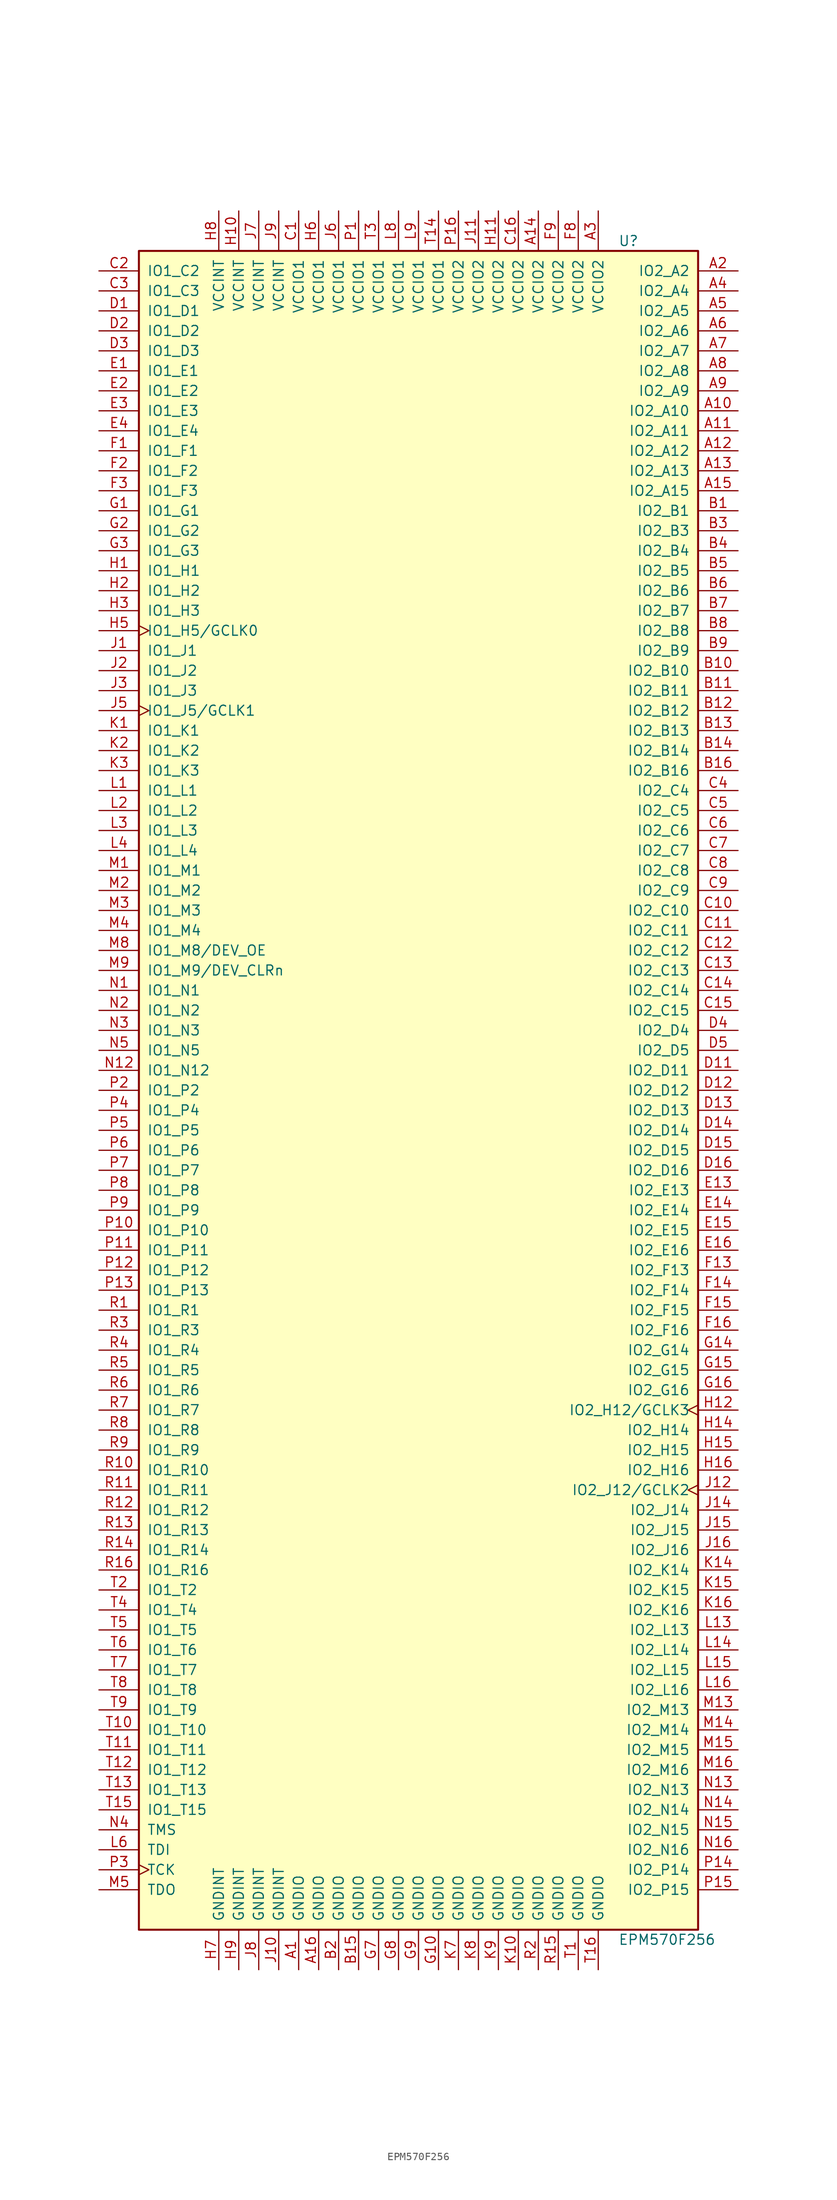
<source format=kicad_sym>
(kicad_symbol_lib
  (version 20241209)
  (generator "kicad_symbol_editor")
  (generator_version "9.0")
  (symbol "EPM570F256"
    (pin_names
      (offset 1.016))
    (property "Reference" "U"
      (at 25.4 107.95 0)
      (effects (font (size 1.27 1.27)) (justify left)))
    (property "Value" "EPM570F256"
      (at 25.4 -107.95 0)
      (effects (font (size 1.27 1.27)) (justify left)))
    (property "ki_locked" ""
      (at 0 0 0)
      (effects (font (size 1.27 1.27))))
    (symbol "EPM570F256_1_1"
      (rectangle (start -35.56 106.68) (end 35.56 -106.68) (stroke (width 0.254) (type default)) (fill (type background)))
      (pin bidirectional line (at -40.64 104.14 0) (length 5.08) (name "IO1_C2" (effects (font (size 1.27 1.27)))) (number "C2" (effects (font (size 1.27 1.27)))))
      (pin bidirectional line (at -40.64 101.6 0) (length 5.08) (name "IO1_C3" (effects (font (size 1.27 1.27)))) (number "C3" (effects (font (size 1.27 1.27)))))
      (pin bidirectional line (at -40.64 99.06 0) (length 5.08) (name "IO1_D1" (effects (font (size 1.27 1.27)))) (number "D1" (effects (font (size 1.27 1.27)))))
      (pin bidirectional line (at -40.64 96.52 0) (length 5.08) (name "IO1_D2" (effects (font (size 1.27 1.27)))) (number "D2" (effects (font (size 1.27 1.27)))))
      (pin bidirectional line (at -40.64 93.98 0) (length 5.08) (name "IO1_D3" (effects (font (size 1.27 1.27)))) (number "D3" (effects (font (size 1.27 1.27)))))
      (pin bidirectional line (at -40.64 91.44 0) (length 5.08) (name "IO1_E1" (effects (font (size 1.27 1.27)))) (number "E1" (effects (font (size 1.27 1.27)))))
      (pin bidirectional line (at -40.64 88.9 0) (length 5.08) (name "IO1_E2" (effects (font (size 1.27 1.27)))) (number "E2" (effects (font (size 1.27 1.27)))))
      (pin bidirectional line (at -40.64 86.36 0) (length 5.08) (name "IO1_E3" (effects (font (size 1.27 1.27)))) (number "E3" (effects (font (size 1.27 1.27)))))
      (pin bidirectional line (at -40.64 83.82 0) (length 5.08) (name "IO1_E4" (effects (font (size 1.27 1.27)))) (number "E4" (effects (font (size 1.27 1.27)))))
      (pin bidirectional line (at -40.64 81.28 0) (length 5.08) (name "IO1_F1" (effects (font (size 1.27 1.27)))) (number "F1" (effects (font (size 1.27 1.27)))))
      (pin bidirectional line (at -40.64 78.74 0) (length 5.08) (name "IO1_F2" (effects (font (size 1.27 1.27)))) (number "F2" (effects (font (size 1.27 1.27)))))
      (pin bidirectional line (at -40.64 76.2 0) (length 5.08) (name "IO1_F3" (effects (font (size 1.27 1.27)))) (number "F3" (effects (font (size 1.27 1.27)))))
      (pin bidirectional line (at -40.64 73.66 0) (length 5.08) (name "IO1_G1" (effects (font (size 1.27 1.27)))) (number "G1" (effects (font (size 1.27 1.27)))))
      (pin bidirectional line (at -40.64 71.12 0) (length 5.08) (name "IO1_G2" (effects (font (size 1.27 1.27)))) (number "G2" (effects (font (size 1.27 1.27)))))
      (pin bidirectional line (at -40.64 68.58 0) (length 5.08) (name "IO1_G3" (effects (font (size 1.27 1.27)))) (number "G3" (effects (font (size 1.27 1.27)))))
      (pin bidirectional line (at -40.64 66.04 0) (length 5.08) (name "IO1_H1" (effects (font (size 1.27 1.27)))) (number "H1" (effects (font (size 1.27 1.27)))))
      (pin bidirectional line (at -40.64 63.5 0) (length 5.08) (name "IO1_H2" (effects (font (size 1.27 1.27)))) (number "H2" (effects (font (size 1.27 1.27)))))
      (pin bidirectional line (at -40.64 60.96 0) (length 5.08) (name "IO1_H3" (effects (font (size 1.27 1.27)))) (number "H3" (effects (font (size 1.27 1.27)))))
      (pin bidirectional clock (at -40.64 58.42 0) (length 5.08) (name "IO1_H5/GCLK0" (effects (font (size 1.27 1.27)))) (number "H5" (effects (font (size 1.27 1.27)))))
      (pin bidirectional line (at -40.64 55.88 0) (length 5.08) (name "IO1_J1" (effects (font (size 1.27 1.27)))) (number "J1" (effects (font (size 1.27 1.27)))))
      (pin bidirectional line (at -40.64 53.34 0) (length 5.08) (name "IO1_J2" (effects (font (size 1.27 1.27)))) (number "J2" (effects (font (size 1.27 1.27)))))
      (pin bidirectional line (at -40.64 50.8 0) (length 5.08) (name "IO1_J3" (effects (font (size 1.27 1.27)))) (number "J3" (effects (font (size 1.27 1.27)))))
      (pin bidirectional clock (at -40.64 48.26 0) (length 5.08) (name "IO1_J5/GCLK1" (effects (font (size 1.27 1.27)))) (number "J5" (effects (font (size 1.27 1.27)))))
      (pin bidirectional line (at -40.64 45.72 0) (length 5.08) (name "IO1_K1" (effects (font (size 1.27 1.27)))) (number "K1" (effects (font (size 1.27 1.27)))))
      (pin bidirectional line (at -40.64 43.18 0) (length 5.08) (name "IO1_K2" (effects (font (size 1.27 1.27)))) (number "K2" (effects (font (size 1.27 1.27)))))
      (pin bidirectional line (at -40.64 40.64 0) (length 5.08) (name "IO1_K3" (effects (font (size 1.27 1.27)))) (number "K3" (effects (font (size 1.27 1.27)))))
      (pin bidirectional line (at -40.64 38.1 0) (length 5.08) (name "IO1_L1" (effects (font (size 1.27 1.27)))) (number "L1" (effects (font (size 1.27 1.27)))))
      (pin bidirectional line (at -40.64 35.56 0) (length 5.08) (name "IO1_L2" (effects (font (size 1.27 1.27)))) (number "L2" (effects (font (size 1.27 1.27)))))
      (pin bidirectional line (at -40.64 33.02 0) (length 5.08) (name "IO1_L3" (effects (font (size 1.27 1.27)))) (number "L3" (effects (font (size 1.27 1.27)))))
      (pin bidirectional line (at -40.64 30.48 0) (length 5.08) (name "IO1_L4" (effects (font (size 1.27 1.27)))) (number "L4" (effects (font (size 1.27 1.27)))))
      (pin bidirectional line (at -40.64 27.94 0) (length 5.08) (name "IO1_M1" (effects (font (size 1.27 1.27)))) (number "M1" (effects (font (size 1.27 1.27)))))
      (pin bidirectional line (at -40.64 25.4 0) (length 5.08) (name "IO1_M2" (effects (font (size 1.27 1.27)))) (number "M2" (effects (font (size 1.27 1.27)))))
      (pin bidirectional line (at -40.64 22.86 0) (length 5.08) (name "IO1_M3" (effects (font (size 1.27 1.27)))) (number "M3" (effects (font (size 1.27 1.27)))))
      (pin bidirectional line (at -40.64 20.32 0) (length 5.08) (name "IO1_M4" (effects (font (size 1.27 1.27)))) (number "M4" (effects (font (size 1.27 1.27)))))
      (pin bidirectional line (at -40.64 17.78 0) (length 5.08) (name "IO1_M8/DEV_OE" (effects (font (size 1.27 1.27)))) (number "M8" (effects (font (size 1.27 1.27)))))
      (pin bidirectional line (at -40.64 15.24 0) (length 5.08) (name "IO1_M9/DEV_CLRn" (effects (font (size 1.27 1.27)))) (number "M9" (effects (font (size 1.27 1.27)))))
      (pin bidirectional line (at -40.64 12.7 0) (length 5.08) (name "IO1_N1" (effects (font (size 1.27 1.27)))) (number "N1" (effects (font (size 1.27 1.27)))))
      (pin bidirectional line (at -40.64 10.16 0) (length 5.08) (name "IO1_N2" (effects (font (size 1.27 1.27)))) (number "N2" (effects (font (size 1.27 1.27)))))
      (pin bidirectional line (at -40.64 7.62 0) (length 5.08) (name "IO1_N3" (effects (font (size 1.27 1.27)))) (number "N3" (effects (font (size 1.27 1.27)))))
      (pin bidirectional line (at -40.64 5.08 0) (length 5.08) (name "IO1_N5" (effects (font (size 1.27 1.27)))) (number "N5" (effects (font (size 1.27 1.27)))))
      (pin bidirectional line (at -40.64 2.54 0) (length 5.08) (name "IO1_N12" (effects (font (size 1.27 1.27)))) (number "N12" (effects (font (size 1.27 1.27)))))
      (pin bidirectional line (at -40.64 0 0) (length 5.08) (name "IO1_P2" (effects (font (size 1.27 1.27)))) (number "P2" (effects (font (size 1.27 1.27)))))
      (pin bidirectional line (at -40.64 -2.54 0) (length 5.08) (name "IO1_P4" (effects (font (size 1.27 1.27)))) (number "P4" (effects (font (size 1.27 1.27)))))
      (pin bidirectional line (at -40.64 -5.08 0) (length 5.08) (name "IO1_P5" (effects (font (size 1.27 1.27)))) (number "P5" (effects (font (size 1.27 1.27)))))
      (pin bidirectional line (at -40.64 -7.62 0) (length 5.08) (name "IO1_P6" (effects (font (size 1.27 1.27)))) (number "P6" (effects (font (size 1.27 1.27)))))
      (pin bidirectional line (at -40.64 -10.16 0) (length 5.08) (name "IO1_P7" (effects (font (size 1.27 1.27)))) (number "P7" (effects (font (size 1.27 1.27)))))
      (pin bidirectional line (at -40.64 -12.7 0) (length 5.08) (name "IO1_P8" (effects (font (size 1.27 1.27)))) (number "P8" (effects (font (size 1.27 1.27)))))
      (pin bidirectional line (at -40.64 -15.24 0) (length 5.08) (name "IO1_P9" (effects (font (size 1.27 1.27)))) (number "P9" (effects (font (size 1.27 1.27)))))
      (pin bidirectional line (at -40.64 -17.78 0) (length 5.08) (name "IO1_P10" (effects (font (size 1.27 1.27)))) (number "P10" (effects (font (size 1.27 1.27)))))
      (pin bidirectional line (at -40.64 -20.32 0) (length 5.08) (name "IO1_P11" (effects (font (size 1.27 1.27)))) (number "P11" (effects (font (size 1.27 1.27)))))
      (pin bidirectional line (at -40.64 -22.86 0) (length 5.08) (name "IO1_P12" (effects (font (size 1.27 1.27)))) (number "P12" (effects (font (size 1.27 1.27)))))
      (pin bidirectional line (at -40.64 -25.4 0) (length 5.08) (name "IO1_P13" (effects (font (size 1.27 1.27)))) (number "P13" (effects (font (size 1.27 1.27)))))
      (pin bidirectional line (at -40.64 -27.94 0) (length 5.08) (name "IO1_R1" (effects (font (size 1.27 1.27)))) (number "R1" (effects (font (size 1.27 1.27)))))
      (pin bidirectional line (at -40.64 -30.48 0) (length 5.08) (name "IO1_R3" (effects (font (size 1.27 1.27)))) (number "R3" (effects (font (size 1.27 1.27)))))
      (pin bidirectional line (at -40.64 -33.02 0) (length 5.08) (name "IO1_R4" (effects (font (size 1.27 1.27)))) (number "R4" (effects (font (size 1.27 1.27)))))
      (pin bidirectional line (at -40.64 -35.56 0) (length 5.08) (name "IO1_R5" (effects (font (size 1.27 1.27)))) (number "R5" (effects (font (size 1.27 1.27)))))
      (pin bidirectional line (at -40.64 -38.1 0) (length 5.08) (name "IO1_R6" (effects (font (size 1.27 1.27)))) (number "R6" (effects (font (size 1.27 1.27)))))
      (pin bidirectional line (at -40.64 -40.64 0) (length 5.08) (name "IO1_R7" (effects (font (size 1.27 1.27)))) (number "R7" (effects (font (size 1.27 1.27)))))
      (pin bidirectional line (at -40.64 -43.18 0) (length 5.08) (name "IO1_R8" (effects (font (size 1.27 1.27)))) (number "R8" (effects (font (size 1.27 1.27)))))
      (pin bidirectional line (at -40.64 -45.72 0) (length 5.08) (name "IO1_R9" (effects (font (size 1.27 1.27)))) (number "R9" (effects (font (size 1.27 1.27)))))
      (pin bidirectional line (at -40.64 -48.26 0) (length 5.08) (name "IO1_R10" (effects (font (size 1.27 1.27)))) (number "R10" (effects (font (size 1.27 1.27)))))
      (pin bidirectional line (at -40.64 -50.8 0) (length 5.08) (name "IO1_R11" (effects (font (size 1.27 1.27)))) (number "R11" (effects (font (size 1.27 1.27)))))
      (pin bidirectional line (at -40.64 -53.34 0) (length 5.08) (name "IO1_R12" (effects (font (size 1.27 1.27)))) (number "R12" (effects (font (size 1.27 1.27)))))
      (pin bidirectional line (at -40.64 -55.88 0) (length 5.08) (name "IO1_R13" (effects (font (size 1.27 1.27)))) (number "R13" (effects (font (size 1.27 1.27)))))
      (pin bidirectional line (at -40.64 -58.42 0) (length 5.08) (name "IO1_R14" (effects (font (size 1.27 1.27)))) (number "R14" (effects (font (size 1.27 1.27)))))
      (pin bidirectional line (at -40.64 -60.96 0) (length 5.08) (name "IO1_R16" (effects (font (size 1.27 1.27)))) (number "R16" (effects (font (size 1.27 1.27)))))
      (pin bidirectional line (at -40.64 -63.5 0) (length 5.08) (name "IO1_T2" (effects (font (size 1.27 1.27)))) (number "T2" (effects (font (size 1.27 1.27)))))
      (pin bidirectional line (at -40.64 -66.04 0) (length 5.08) (name "IO1_T4" (effects (font (size 1.27 1.27)))) (number "T4" (effects (font (size 1.27 1.27)))))
      (pin bidirectional line (at -40.64 -68.58 0) (length 5.08) (name "IO1_T5" (effects (font (size 1.27 1.27)))) (number "T5" (effects (font (size 1.27 1.27)))))
      (pin bidirectional line (at -40.64 -71.12 0) (length 5.08) (name "IO1_T6" (effects (font (size 1.27 1.27)))) (number "T6" (effects (font (size 1.27 1.27)))))
      (pin bidirectional line (at -40.64 -73.66 0) (length 5.08) (name "IO1_T7" (effects (font (size 1.27 1.27)))) (number "T7" (effects (font (size 1.27 1.27)))))
      (pin bidirectional line (at -40.64 -76.2 0) (length 5.08) (name "IO1_T8" (effects (font (size 1.27 1.27)))) (number "T8" (effects (font (size 1.27 1.27)))))
      (pin bidirectional line (at -40.64 -78.74 0) (length 5.08) (name "IO1_T9" (effects (font (size 1.27 1.27)))) (number "T9" (effects (font (size 1.27 1.27)))))
      (pin bidirectional line (at -40.64 -81.28 0) (length 5.08) (name "IO1_T10" (effects (font (size 1.27 1.27)))) (number "T10" (effects (font (size 1.27 1.27)))))
      (pin bidirectional line (at -40.64 -83.82 0) (length 5.08) (name "IO1_T11" (effects (font (size 1.27 1.27)))) (number "T11" (effects (font (size 1.27 1.27)))))
      (pin bidirectional line (at -40.64 -86.36 0) (length 5.08) (name "IO1_T12" (effects (font (size 1.27 1.27)))) (number "T12" (effects (font (size 1.27 1.27)))))
      (pin bidirectional line (at -40.64 -88.9 0) (length 5.08) (name "IO1_T13" (effects (font (size 1.27 1.27)))) (number "T13" (effects (font (size 1.27 1.27)))))
      (pin bidirectional line (at -40.64 -91.44 0) (length 5.08) (name "IO1_T15" (effects (font (size 1.27 1.27)))) (number "T15" (effects (font (size 1.27 1.27)))))
      (pin input line (at -40.64 -93.98 0) (length 5.08) (name "TMS" (effects (font (size 1.27 1.27)))) (number "N4" (effects (font (size 1.27 1.27)))))
      (pin input line (at -40.64 -96.52 0) (length 5.08) (name "TDI" (effects (font (size 1.27 1.27)))) (number "L6" (effects (font (size 1.27 1.27)))))
      (pin input clock (at -40.64 -99.06 0) (length 5.08) (name "TCK" (effects (font (size 1.27 1.27)))) (number "P3" (effects (font (size 1.27 1.27)))))
      (pin output line (at -40.64 -101.6 0) (length 5.08) (name "TDO" (effects (font (size 1.27 1.27)))) (number "M5" (effects (font (size 1.27 1.27)))))
      (pin power_in line (at -25.4 111.76 270) (length 5.08) (name "VCCINT" (effects (font (size 1.27 1.27)))) (number "H8" (effects (font (size 1.27 1.27)))))
      (pin power_in line (at -25.4 -111.76 90) (length 5.08) (name "GNDINT" (effects (font (size 1.27 1.27)))) (number "H7" (effects (font (size 1.27 1.27)))))
      (pin power_in line (at -22.86 111.76 270) (length 5.08) (name "VCCINT" (effects (font (size 1.27 1.27)))) (number "H10" (effects (font (size 1.27 1.27)))))
      (pin power_in line (at -22.86 -111.76 90) (length 5.08) (name "GNDINT" (effects (font (size 1.27 1.27)))) (number "H9" (effects (font (size 1.27 1.27)))))
      (pin power_in line (at -20.32 111.76 270) (length 5.08) (name "VCCINT" (effects (font (size 1.27 1.27)))) (number "J7" (effects (font (size 1.27 1.27)))))
      (pin power_in line (at -20.32 -111.76 90) (length 5.08) (name "GNDINT" (effects (font (size 1.27 1.27)))) (number "J8" (effects (font (size 1.27 1.27)))))
      (pin power_in line (at -17.78 111.76 270) (length 5.08) (name "VCCINT" (effects (font (size 1.27 1.27)))) (number "J9" (effects (font (size 1.27 1.27)))))
      (pin power_in line (at -17.78 -111.76 90) (length 5.08) (name "GNDINT" (effects (font (size 1.27 1.27)))) (number "J10" (effects (font (size 1.27 1.27)))))
      (pin power_in line (at -15.24 111.76 270) (length 5.08) (name "VCCIO1" (effects (font (size 1.27 1.27)))) (number "C1" (effects (font (size 1.27 1.27)))))
      (pin power_in line (at -15.24 -111.76 90) (length 5.08) (name "GNDIO" (effects (font (size 1.27 1.27)))) (number "A1" (effects (font (size 1.27 1.27)))))
      (pin power_in line (at -12.7 111.76 270) (length 5.08) (name "VCCIO1" (effects (font (size 1.27 1.27)))) (number "H6" (effects (font (size 1.27 1.27)))))
      (pin power_in line (at -12.7 -111.76 90) (length 5.08) (name "GNDIO" (effects (font (size 1.27 1.27)))) (number "A16" (effects (font (size 1.27 1.27)))))
      (pin power_in line (at -10.16 111.76 270) (length 5.08) (name "VCCIO1" (effects (font (size 1.27 1.27)))) (number "J6" (effects (font (size 1.27 1.27)))))
      (pin power_in line (at -10.16 -111.76 90) (length 5.08) (name "GNDIO" (effects (font (size 1.27 1.27)))) (number "B2" (effects (font (size 1.27 1.27)))))
      (pin power_in line (at -7.62 111.76 270) (length 5.08) (name "VCCIO1" (effects (font (size 1.27 1.27)))) (number "P1" (effects (font (size 1.27 1.27)))))
      (pin power_in line (at -7.62 -111.76 90) (length 5.08) (name "GNDIO" (effects (font (size 1.27 1.27)))) (number "B15" (effects (font (size 1.27 1.27)))))
      (pin power_in line (at -5.08 111.76 270) (length 5.08) (name "VCCIO1" (effects (font (size 1.27 1.27)))) (number "T3" (effects (font (size 1.27 1.27)))))
      (pin power_in line (at -5.08 -111.76 90) (length 5.08) (name "GNDIO" (effects (font (size 1.27 1.27)))) (number "G7" (effects (font (size 1.27 1.27)))))
      (pin power_in line (at -2.54 111.76 270) (length 5.08) (name "VCCIO1" (effects (font (size 1.27 1.27)))) (number "L8" (effects (font (size 1.27 1.27)))))
      (pin power_in line (at -2.54 -111.76 90) (length 5.08) (name "GNDIO" (effects (font (size 1.27 1.27)))) (number "G8" (effects (font (size 1.27 1.27)))))
      (pin power_in line (at 0 111.76 270) (length 5.08) (name "VCCIO1" (effects (font (size 1.27 1.27)))) (number "L9" (effects (font (size 1.27 1.27)))))
      (pin power_in line (at 0 -111.76 90) (length 5.08) (name "GNDIO" (effects (font (size 1.27 1.27)))) (number "G9" (effects (font (size 1.27 1.27)))))
      (pin power_in line (at 2.54 111.76 270) (length 5.08) (name "VCCIO1" (effects (font (size 1.27 1.27)))) (number "T14" (effects (font (size 1.27 1.27)))))
      (pin power_in line (at 2.54 -111.76 90) (length 5.08) (name "GNDIO" (effects (font (size 1.27 1.27)))) (number "G10" (effects (font (size 1.27 1.27)))))
      (pin power_in line (at 5.08 111.76 270) (length 5.08) (name "VCCIO2" (effects (font (size 1.27 1.27)))) (number "P16" (effects (font (size 1.27 1.27)))))
      (pin power_in line (at 5.08 -111.76 90) (length 5.08) (name "GNDIO" (effects (font (size 1.27 1.27)))) (number "K7" (effects (font (size 1.27 1.27)))))
      (pin power_in line (at 7.62 111.76 270) (length 5.08) (name "VCCIO2" (effects (font (size 1.27 1.27)))) (number "J11" (effects (font (size 1.27 1.27)))))
      (pin power_in line (at 7.62 -111.76 90) (length 5.08) (name "GNDIO" (effects (font (size 1.27 1.27)))) (number "K8" (effects (font (size 1.27 1.27)))))
      (pin power_in line (at 10.16 111.76 270) (length 5.08) (name "VCCIO2" (effects (font (size 1.27 1.27)))) (number "H11" (effects (font (size 1.27 1.27)))))
      (pin power_in line (at 10.16 -111.76 90) (length 5.08) (name "GNDIO" (effects (font (size 1.27 1.27)))) (number "K9" (effects (font (size 1.27 1.27)))))
      (pin power_in line (at 12.7 111.76 270) (length 5.08) (name "VCCIO2" (effects (font (size 1.27 1.27)))) (number "C16" (effects (font (size 1.27 1.27)))))
      (pin power_in line (at 12.7 -111.76 90) (length 5.08) (name "GNDIO" (effects (font (size 1.27 1.27)))) (number "K10" (effects (font (size 1.27 1.27)))))
      (pin power_in line (at 15.24 111.76 270) (length 5.08) (name "VCCIO2" (effects (font (size 1.27 1.27)))) (number "A14" (effects (font (size 1.27 1.27)))))
      (pin power_in line (at 15.24 -111.76 90) (length 5.08) (name "GNDIO" (effects (font (size 1.27 1.27)))) (number "R2" (effects (font (size 1.27 1.27)))))
      (pin power_in line (at 17.78 111.76 270) (length 5.08) (name "VCCIO2" (effects (font (size 1.27 1.27)))) (number "F9" (effects (font (size 1.27 1.27)))))
      (pin power_in line (at 17.78 -111.76 90) (length 5.08) (name "GNDIO" (effects (font (size 1.27 1.27)))) (number "R15" (effects (font (size 1.27 1.27)))))
      (pin power_in line (at 20.32 111.76 270) (length 5.08) (name "VCCIO2" (effects (font (size 1.27 1.27)))) (number "F8" (effects (font (size 1.27 1.27)))))
      (pin power_in line (at 20.32 -111.76 90) (length 5.08) (name "GNDIO" (effects (font (size 1.27 1.27)))) (number "T1" (effects (font (size 1.27 1.27)))))
      (pin power_in line (at 22.86 111.76 270) (length 5.08) (name "VCCIO2" (effects (font (size 1.27 1.27)))) (number "A3" (effects (font (size 1.27 1.27)))))
      (pin power_in line (at 22.86 -111.76 90) (length 5.08) (name "GNDIO" (effects (font (size 1.27 1.27)))) (number "T16" (effects (font (size 1.27 1.27)))))
      (pin bidirectional line (at 40.64 104.14 180) (length 5.08) (name "IO2_A2" (effects (font (size 1.27 1.27)))) (number "A2" (effects (font (size 1.27 1.27)))))
      (pin bidirectional line (at 40.64 101.6 180) (length 5.08) (name "IO2_A4" (effects (font (size 1.27 1.27)))) (number "A4" (effects (font (size 1.27 1.27)))))
      (pin bidirectional line (at 40.64 99.06 180) (length 5.08) (name "IO2_A5" (effects (font (size 1.27 1.27)))) (number "A5" (effects (font (size 1.27 1.27)))))
      (pin bidirectional line (at 40.64 96.52 180) (length 5.08) (name "IO2_A6" (effects (font (size 1.27 1.27)))) (number "A6" (effects (font (size 1.27 1.27)))))
      (pin bidirectional line (at 40.64 93.98 180) (length 5.08) (name "IO2_A7" (effects (font (size 1.27 1.27)))) (number "A7" (effects (font (size 1.27 1.27)))))
      (pin bidirectional line (at 40.64 91.44 180) (length 5.08) (name "IO2_A8" (effects (font (size 1.27 1.27)))) (number "A8" (effects (font (size 1.27 1.27)))))
      (pin bidirectional line (at 40.64 88.9 180) (length 5.08) (name "IO2_A9" (effects (font (size 1.27 1.27)))) (number "A9" (effects (font (size 1.27 1.27)))))
      (pin bidirectional line (at 40.64 86.36 180) (length 5.08) (name "IO2_A10" (effects (font (size 1.27 1.27)))) (number "A10" (effects (font (size 1.27 1.27)))))
      (pin bidirectional line (at 40.64 83.82 180) (length 5.08) (name "IO2_A11" (effects (font (size 1.27 1.27)))) (number "A11" (effects (font (size 1.27 1.27)))))
      (pin bidirectional line (at 40.64 81.28 180) (length 5.08) (name "IO2_A12" (effects (font (size 1.27 1.27)))) (number "A12" (effects (font (size 1.27 1.27)))))
      (pin bidirectional line (at 40.64 78.74 180) (length 5.08) (name "IO2_A13" (effects (font (size 1.27 1.27)))) (number "A13" (effects (font (size 1.27 1.27)))))
      (pin bidirectional line (at 40.64 76.2 180) (length 5.08) (name "IO2_A15" (effects (font (size 1.27 1.27)))) (number "A15" (effects (font (size 1.27 1.27)))))
      (pin bidirectional line (at 40.64 73.66 180) (length 5.08) (name "IO2_B1" (effects (font (size 1.27 1.27)))) (number "B1" (effects (font (size 1.27 1.27)))))
      (pin bidirectional line (at 40.64 71.12 180) (length 5.08) (name "IO2_B3" (effects (font (size 1.27 1.27)))) (number "B3" (effects (font (size 1.27 1.27)))))
      (pin bidirectional line (at 40.64 68.58 180) (length 5.08) (name "IO2_B4" (effects (font (size 1.27 1.27)))) (number "B4" (effects (font (size 1.27 1.27)))))
      (pin bidirectional line (at 40.64 66.04 180) (length 5.08) (name "IO2_B5" (effects (font (size 1.27 1.27)))) (number "B5" (effects (font (size 1.27 1.27)))))
      (pin bidirectional line (at 40.64 63.5 180) (length 5.08) (name "IO2_B6" (effects (font (size 1.27 1.27)))) (number "B6" (effects (font (size 1.27 1.27)))))
      (pin bidirectional line (at 40.64 60.96 180) (length 5.08) (name "IO2_B7" (effects (font (size 1.27 1.27)))) (number "B7" (effects (font (size 1.27 1.27)))))
      (pin bidirectional line (at 40.64 58.42 180) (length 5.08) (name "IO2_B8" (effects (font (size 1.27 1.27)))) (number "B8" (effects (font (size 1.27 1.27)))))
      (pin bidirectional line (at 40.64 55.88 180) (length 5.08) (name "IO2_B9" (effects (font (size 1.27 1.27)))) (number "B9" (effects (font (size 1.27 1.27)))))
      (pin bidirectional line (at 40.64 53.34 180) (length 5.08) (name "IO2_B10" (effects (font (size 1.27 1.27)))) (number "B10" (effects (font (size 1.27 1.27)))))
      (pin bidirectional line (at 40.64 50.8 180) (length 5.08) (name "IO2_B11" (effects (font (size 1.27 1.27)))) (number "B11" (effects (font (size 1.27 1.27)))))
      (pin bidirectional line (at 40.64 48.26 180) (length 5.08) (name "IO2_B12" (effects (font (size 1.27 1.27)))) (number "B12" (effects (font (size 1.27 1.27)))))
      (pin bidirectional line (at 40.64 45.72 180) (length 5.08) (name "IO2_B13" (effects (font (size 1.27 1.27)))) (number "B13" (effects (font (size 1.27 1.27)))))
      (pin bidirectional line (at 40.64 43.18 180) (length 5.08) (name "IO2_B14" (effects (font (size 1.27 1.27)))) (number "B14" (effects (font (size 1.27 1.27)))))
      (pin bidirectional line (at 40.64 40.64 180) (length 5.08) (name "IO2_B16" (effects (font (size 1.27 1.27)))) (number "B16" (effects (font (size 1.27 1.27)))))
      (pin bidirectional line (at 40.64 38.1 180) (length 5.08) (name "IO2_C4" (effects (font (size 1.27 1.27)))) (number "C4" (effects (font (size 1.27 1.27)))))
      (pin bidirectional line (at 40.64 35.56 180) (length 5.08) (name "IO2_C5" (effects (font (size 1.27 1.27)))) (number "C5" (effects (font (size 1.27 1.27)))))
      (pin bidirectional line (at 40.64 33.02 180) (length 5.08) (name "IO2_C6" (effects (font (size 1.27 1.27)))) (number "C6" (effects (font (size 1.27 1.27)))))
      (pin bidirectional line (at 40.64 30.48 180) (length 5.08) (name "IO2_C7" (effects (font (size 1.27 1.27)))) (number "C7" (effects (font (size 1.27 1.27)))))
      (pin bidirectional line (at 40.64 27.94 180) (length 5.08) (name "IO2_C8" (effects (font (size 1.27 1.27)))) (number "C8" (effects (font (size 1.27 1.27)))))
      (pin bidirectional line (at 40.64 25.4 180) (length 5.08) (name "IO2_C9" (effects (font (size 1.27 1.27)))) (number "C9" (effects (font (size 1.27 1.27)))))
      (pin bidirectional line (at 40.64 22.86 180) (length 5.08) (name "IO2_C10" (effects (font (size 1.27 1.27)))) (number "C10" (effects (font (size 1.27 1.27)))))
      (pin bidirectional line (at 40.64 20.32 180) (length 5.08) (name "IO2_C11" (effects (font (size 1.27 1.27)))) (number "C11" (effects (font (size 1.27 1.27)))))
      (pin bidirectional line (at 40.64 17.78 180) (length 5.08) (name "IO2_C12" (effects (font (size 1.27 1.27)))) (number "C12" (effects (font (size 1.27 1.27)))))
      (pin bidirectional line (at 40.64 15.24 180) (length 5.08) (name "IO2_C13" (effects (font (size 1.27 1.27)))) (number "C13" (effects (font (size 1.27 1.27)))))
      (pin bidirectional line (at 40.64 12.7 180) (length 5.08) (name "IO2_C14" (effects (font (size 1.27 1.27)))) (number "C14" (effects (font (size 1.27 1.27)))))
      (pin bidirectional line (at 40.64 10.16 180) (length 5.08) (name "IO2_C15" (effects (font (size 1.27 1.27)))) (number "C15" (effects (font (size 1.27 1.27)))))
      (pin bidirectional line (at 40.64 7.62 180) (length 5.08) (name "IO2_D4" (effects (font (size 1.27 1.27)))) (number "D4" (effects (font (size 1.27 1.27)))))
      (pin bidirectional line (at 40.64 5.08 180) (length 5.08) (name "IO2_D5" (effects (font (size 1.27 1.27)))) (number "D5" (effects (font (size 1.27 1.27)))))
      (pin bidirectional line (at 40.64 2.54 180) (length 5.08) (name "IO2_D11" (effects (font (size 1.27 1.27)))) (number "D11" (effects (font (size 1.27 1.27)))))
      (pin bidirectional line (at 40.64 0 180) (length 5.08) (name "IO2_D12" (effects (font (size 1.27 1.27)))) (number "D12" (effects (font (size 1.27 1.27)))))
      (pin bidirectional line (at 40.64 -2.54 180) (length 5.08) (name "IO2_D13" (effects (font (size 1.27 1.27)))) (number "D13" (effects (font (size 1.27 1.27)))))
      (pin bidirectional line (at 40.64 -5.08 180) (length 5.08) (name "IO2_D14" (effects (font (size 1.27 1.27)))) (number "D14" (effects (font (size 1.27 1.27)))))
      (pin bidirectional line (at 40.64 -7.62 180) (length 5.08) (name "IO2_D15" (effects (font (size 1.27 1.27)))) (number "D15" (effects (font (size 1.27 1.27)))))
      (pin bidirectional line (at 40.64 -10.16 180) (length 5.08) (name "IO2_D16" (effects (font (size 1.27 1.27)))) (number "D16" (effects (font (size 1.27 1.27)))))
      (pin bidirectional line (at 40.64 -12.7 180) (length 5.08) (name "IO2_E13" (effects (font (size 1.27 1.27)))) (number "E13" (effects (font (size 1.27 1.27)))))
      (pin bidirectional line (at 40.64 -15.24 180) (length 5.08) (name "IO2_E14" (effects (font (size 1.27 1.27)))) (number "E14" (effects (font (size 1.27 1.27)))))
      (pin bidirectional line (at 40.64 -17.78 180) (length 5.08) (name "IO2_E15" (effects (font (size 1.27 1.27)))) (number "E15" (effects (font (size 1.27 1.27)))))
      (pin bidirectional line (at 40.64 -20.32 180) (length 5.08) (name "IO2_E16" (effects (font (size 1.27 1.27)))) (number "E16" (effects (font (size 1.27 1.27)))))
      (pin bidirectional line (at 40.64 -22.86 180) (length 5.08) (name "IO2_F13" (effects (font (size 1.27 1.27)))) (number "F13" (effects (font (size 1.27 1.27)))))
      (pin bidirectional line (at 40.64 -25.4 180) (length 5.08) (name "IO2_F14" (effects (font (size 1.27 1.27)))) (number "F14" (effects (font (size 1.27 1.27)))))
      (pin bidirectional line (at 40.64 -27.94 180) (length 5.08) (name "IO2_F15" (effects (font (size 1.27 1.27)))) (number "F15" (effects (font (size 1.27 1.27)))))
      (pin bidirectional line (at 40.64 -30.48 180) (length 5.08) (name "IO2_F16" (effects (font (size 1.27 1.27)))) (number "F16" (effects (font (size 1.27 1.27)))))
      (pin bidirectional line (at 40.64 -33.02 180) (length 5.08) (name "IO2_G14" (effects (font (size 1.27 1.27)))) (number "G14" (effects (font (size 1.27 1.27)))))
      (pin bidirectional line (at 40.64 -35.56 180) (length 5.08) (name "IO2_G15" (effects (font (size 1.27 1.27)))) (number "G15" (effects (font (size 1.27 1.27)))))
      (pin bidirectional line (at 40.64 -38.1 180) (length 5.08) (name "IO2_G16" (effects (font (size 1.27 1.27)))) (number "G16" (effects (font (size 1.27 1.27)))))
      (pin bidirectional clock (at 40.64 -40.64 180) (length 5.08) (name "IO2_H12/GCLK3" (effects (font (size 1.27 1.27)))) (number "H12" (effects (font (size 1.27 1.27)))))
      (pin bidirectional line (at 40.64 -43.18 180) (length 5.08) (name "IO2_H14" (effects (font (size 1.27 1.27)))) (number "H14" (effects (font (size 1.27 1.27)))))
      (pin bidirectional line (at 40.64 -45.72 180) (length 5.08) (name "IO2_H15" (effects (font (size 1.27 1.27)))) (number "H15" (effects (font (size 1.27 1.27)))))
      (pin bidirectional line (at 40.64 -48.26 180) (length 5.08) (name "IO2_H16" (effects (font (size 1.27 1.27)))) (number "H16" (effects (font (size 1.27 1.27)))))
      (pin bidirectional clock (at 40.64 -50.8 180) (length 5.08) (name "IO2_J12/GCLK2" (effects (font (size 1.27 1.27)))) (number "J12" (effects (font (size 1.27 1.27)))))
      (pin bidirectional line (at 40.64 -53.34 180) (length 5.08) (name "IO2_J14" (effects (font (size 1.27 1.27)))) (number "J14" (effects (font (size 1.27 1.27)))))
      (pin bidirectional line (at 40.64 -55.88 180) (length 5.08) (name "IO2_J15" (effects (font (size 1.27 1.27)))) (number "J15" (effects (font (size 1.27 1.27)))))
      (pin bidirectional line (at 40.64 -58.42 180) (length 5.08) (name "IO2_J16" (effects (font (size 1.27 1.27)))) (number "J16" (effects (font (size 1.27 1.27)))))
      (pin bidirectional line (at 40.64 -60.96 180) (length 5.08) (name "IO2_K14" (effects (font (size 1.27 1.27)))) (number "K14" (effects (font (size 1.27 1.27)))))
      (pin bidirectional line (at 40.64 -63.5 180) (length 5.08) (name "IO2_K15" (effects (font (size 1.27 1.27)))) (number "K15" (effects (font (size 1.27 1.27)))))
      (pin bidirectional line (at 40.64 -66.04 180) (length 5.08) (name "IO2_K16" (effects (font (size 1.27 1.27)))) (number "K16" (effects (font (size 1.27 1.27)))))
      (pin bidirectional line (at 40.64 -68.58 180) (length 5.08) (name "IO2_L13" (effects (font (size 1.27 1.27)))) (number "L13" (effects (font (size 1.27 1.27)))))
      (pin bidirectional line (at 40.64 -71.12 180) (length 5.08) (name "IO2_L14" (effects (font (size 1.27 1.27)))) (number "L14" (effects (font (size 1.27 1.27)))))
      (pin bidirectional line (at 40.64 -73.66 180) (length 5.08) (name "IO2_L15" (effects (font (size 1.27 1.27)))) (number "L15" (effects (font (size 1.27 1.27)))))
      (pin bidirectional line (at 40.64 -76.2 180) (length 5.08) (name "IO2_L16" (effects (font (size 1.27 1.27)))) (number "L16" (effects (font (size 1.27 1.27)))))
      (pin bidirectional line (at 40.64 -78.74 180) (length 5.08) (name "IO2_M13" (effects (font (size 1.27 1.27)))) (number "M13" (effects (font (size 1.27 1.27)))))
      (pin bidirectional line (at 40.64 -81.28 180) (length 5.08) (name "IO2_M14" (effects (font (size 1.27 1.27)))) (number "M14" (effects (font (size 1.27 1.27)))))
      (pin bidirectional line (at 40.64 -83.82 180) (length 5.08) (name "IO2_M15" (effects (font (size 1.27 1.27)))) (number "M15" (effects (font (size 1.27 1.27)))))
      (pin bidirectional line (at 40.64 -86.36 180) (length 5.08) (name "IO2_M16" (effects (font (size 1.27 1.27)))) (number "M16" (effects (font (size 1.27 1.27)))))
      (pin bidirectional line (at 40.64 -88.9 180) (length 5.08) (name "IO2_N13" (effects (font (size 1.27 1.27)))) (number "N13" (effects (font (size 1.27 1.27)))))
      (pin bidirectional line (at 40.64 -91.44 180) (length 5.08) (name "IO2_N14" (effects (font (size 1.27 1.27)))) (number "N14" (effects (font (size 1.27 1.27)))))
      (pin bidirectional line (at 40.64 -93.98 180) (length 5.08) (name "IO2_N15" (effects (font (size 1.27 1.27)))) (number "N15" (effects (font (size 1.27 1.27)))))
      (pin bidirectional line (at 40.64 -96.52 180) (length 5.08) (name "IO2_N16" (effects (font (size 1.27 1.27)))) (number "N16" (effects (font (size 1.27 1.27)))))
      (pin bidirectional line (at 40.64 -99.06 180) (length 5.08) (name "IO2_P14" (effects (font (size 1.27 1.27)))) (number "P14" (effects (font (size 1.27 1.27)))))
      (pin bidirectional line (at 40.64 -101.6 180) (length 5.08) (name "IO2_P15" (effects (font (size 1.27 1.27)))) (number "P15" (effects (font (size 1.27 1.27))))))))
</source>
